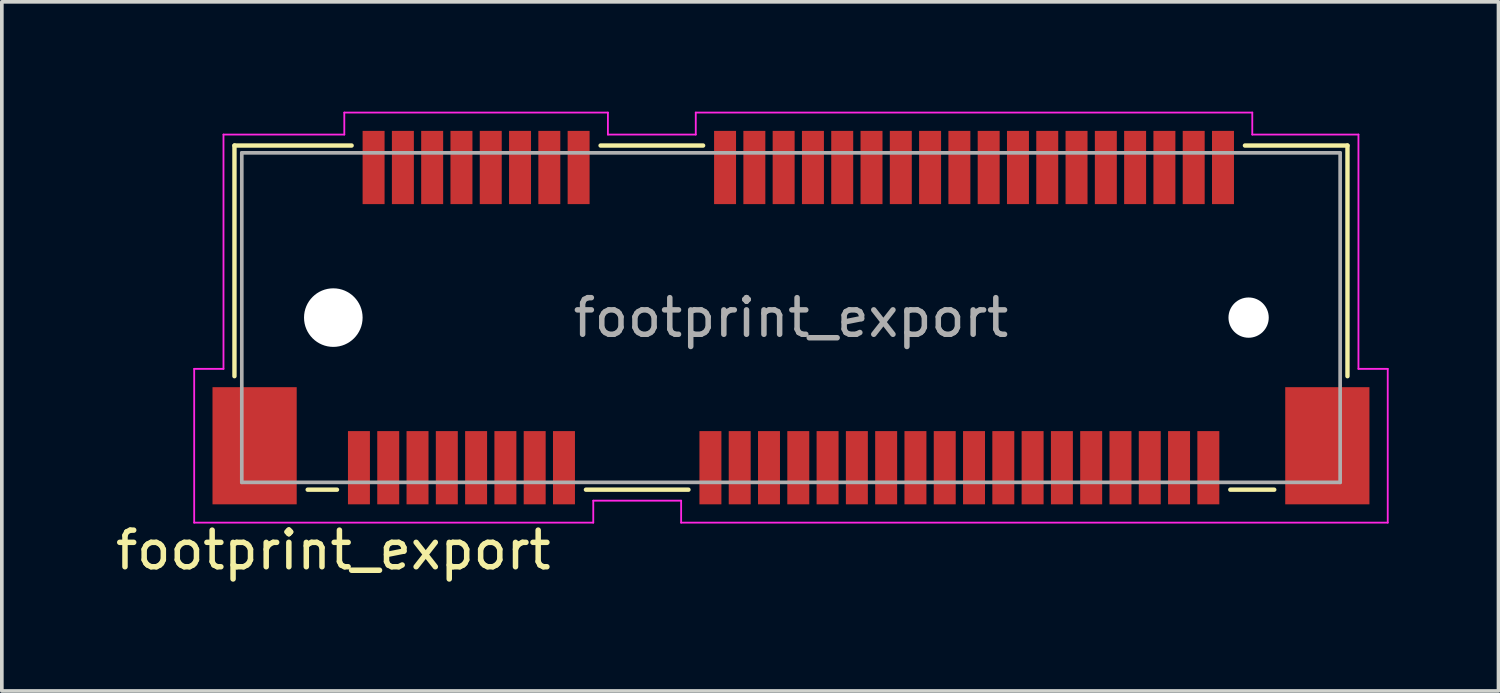
<source format=kicad_pcb>
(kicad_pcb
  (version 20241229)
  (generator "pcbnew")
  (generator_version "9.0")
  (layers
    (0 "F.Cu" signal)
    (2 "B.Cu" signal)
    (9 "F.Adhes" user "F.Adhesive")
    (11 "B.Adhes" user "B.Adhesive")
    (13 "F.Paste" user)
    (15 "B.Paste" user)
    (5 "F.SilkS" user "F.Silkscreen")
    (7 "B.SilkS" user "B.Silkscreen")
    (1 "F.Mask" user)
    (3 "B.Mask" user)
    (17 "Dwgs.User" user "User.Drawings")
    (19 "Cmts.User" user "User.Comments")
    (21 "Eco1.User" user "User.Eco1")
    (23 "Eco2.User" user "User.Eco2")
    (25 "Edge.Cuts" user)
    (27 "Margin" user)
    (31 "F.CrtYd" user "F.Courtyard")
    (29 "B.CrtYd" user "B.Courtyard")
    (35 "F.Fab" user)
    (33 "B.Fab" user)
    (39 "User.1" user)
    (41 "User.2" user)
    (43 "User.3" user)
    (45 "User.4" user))
  (footprint "footprint_export"
    (layer "F.Cu")
    (at 18.554 5.625)
    (property "Reference" "footprint_export" (at -12.5 6.35 180) (layer "F.SilkS") (effects (font (size 1 1) (thickness 0.15))))
    (attr smd)
    (fp_line (start -15.2 -4.7) (end -15.2 1.6) (stroke (width 0.12) (type solid)) (layer "F.SilkS"))
    (fp_line (start -13.2 4.7) (end -12.4 4.7) (stroke (width 0.12) (type solid)) (layer "F.SilkS"))
    (fp_line (start -12 -4.7) (end -15.2 -4.7) (stroke (width 0.12) (type solid)) (layer "F.SilkS"))
    (fp_line (start -5.6 4.7) (end -2.8 4.7) (stroke (width 0.12) (type solid)) (layer "F.SilkS"))
    (fp_line (start -2.4 -4.7) (end -5.2 -4.7) (stroke (width 0.12) (type solid)) (layer "F.SilkS"))
    (fp_line (start 12 4.7) (end 13.2 4.7) (stroke (width 0.12) (type solid)) (layer "F.SilkS"))
    (fp_line (start 15.2 -4.7) (end 12.4 -4.7) (stroke (width 0.12) (type solid)) (layer "F.SilkS"))
    (fp_line (start 15.2 1.6) (end 15.2 -4.7) (stroke (width 0.12) (type solid)) (layer "F.SilkS"))
    (fp_line (start -16.3 1.4) (end -15.5 1.4) (stroke (width 0.05) (type solid)) (layer "F.CrtYd"))
    (fp_line (start -16.3 5.6) (end -16.3 1.4) (stroke (width 0.05) (type solid)) (layer "F.CrtYd"))
    (fp_line (start -16.3 5.6) (end -5.4 5.6) (stroke (width 0.05) (type solid)) (layer "F.CrtYd"))
    (fp_line (start -15.5 -5) (end -12.2 -5) (stroke (width 0.05) (type default)) (layer "F.CrtYd"))
    (fp_line (start -15.5 1.4) (end -15.5 -5) (stroke (width 0.05) (type default)) (layer "F.CrtYd"))
    (fp_line (start -12.2 -5) (end -12.2 -5.6) (stroke (width 0.05) (type solid)) (layer "F.CrtYd"))
    (fp_line (start -5.4 5) (end -5.4 5.6) (stroke (width 0.05) (type solid)) (layer "F.CrtYd"))
    (fp_line (start -5.4 5) (end -3 5) (stroke (width 0.05) (type solid)) (layer "F.CrtYd"))
    (fp_line (start -5 -5.6) (end -12.2 -5.6) (stroke (width 0.05) (type solid)) (layer "F.CrtYd"))
    (fp_line (start -5 -5) (end -5 -5.6) (stroke (width 0.05) (type solid)) (layer "F.CrtYd"))
    (fp_line (start -5 -5) (end -2.6 -5) (stroke (width 0.05) (type default)) (layer "F.CrtYd"))
    (fp_line (start -3 5) (end -3 5.6) (stroke (width 0.05) (type solid)) (layer "F.CrtYd"))
    (fp_line (start -3 5.6) (end 16.3 5.6) (stroke (width 0.05) (type solid)) (layer "F.CrtYd"))
    (fp_line (start -2.6 -5.6) (end 12.6 -5.6) (stroke (width 0.05) (type solid)) (layer "F.CrtYd"))
    (fp_line (start -2.6 -5) (end -2.6 -5.6) (stroke (width 0.05) (type solid)) (layer "F.CrtYd"))
    (fp_line (start 12.6 -5) (end 12.6 -5.6) (stroke (width 0.05) (type solid)) (layer "F.CrtYd"))
    (fp_line (start 12.6 -5) (end 15.5 -5) (stroke (width 0.05) (type default)) (layer "F.CrtYd"))
    (fp_line (start 15.5 1.4) (end 15.5 -5) (stroke (width 0.05) (type default)) (layer "F.CrtYd"))
    (fp_line (start 15.5 1.4) (end 16.3 1.4) (stroke (width 0.05) (type solid)) (layer "F.CrtYd"))
    (fp_line (start 16.3 1.4) (end 16.3 5.6) (stroke (width 0.05) (type solid)) (layer "F.CrtYd"))
    (fp_line (start -15 -4.5) (end -15 4.5) (stroke (width 0.1) (type solid)) (layer "F.Fab"))
    (fp_line (start -15 4.5) (end 15 4.5) (stroke (width 0.1) (type solid)) (layer "F.Fab"))
    (fp_line (start 15 -4.5) (end -15 -4.5) (stroke (width 0.1) (type solid)) (layer "F.Fab"))
    (fp_line (start 15 4.5) (end 15 -4.5) (stroke (width 0.1) (type solid)) (layer "F.Fab"))
    (fp_text user "${REFERENCE}" (at 0 0 0) (layer "F.Fab") (effects (font (size 1 1) (thickness 0.15))))
    (pad "" np_thru_hole circle (at -12.5 0) (size 1.6 1.6) (drill 1.6) (layers "*.Cu" "*.Mask"))
    (pad "" np_thru_hole circle (at 12.5 0) (size 1.1 1.1) (drill 1.1) (layers "*.Cu" "*.Mask"))
    (pad "1" smd rect (at -11.8 4.1) (size 0.6 2) (layers "F.Cu" "F.Mask" "F.Paste"))
    (pad "2" smd rect (at -11.4 -4.1) (size 0.6 2) (layers "F.Cu" "F.Mask" "F.Paste"))
    (pad "3" smd rect (at -11 4.1) (size 0.6 2) (layers "F.Cu" "F.Mask" "F.Paste"))
    (pad "4" smd rect (at -10.6 -4.1) (size 0.6 2) (layers "F.Cu" "F.Mask" "F.Paste"))
    (pad "5" smd rect (at -10.2 4.1) (size 0.6 2) (layers "F.Cu" "F.Mask" "F.Paste"))
    (pad "6" smd rect (at -9.8 -4.1) (size 0.6 2) (layers "F.Cu" "F.Mask" "F.Paste"))
    (pad "7" smd rect (at -9.4 4.1) (size 0.6 2) (layers "F.Cu" "F.Mask" "F.Paste"))
    (pad "8" smd rect (at -9 -4.1) (size 0.6 2) (layers "F.Cu" "F.Mask" "F.Paste"))
    (pad "9" smd rect (at -8.6 4.1) (size 0.6 2) (layers "F.Cu" "F.Mask" "F.Paste"))
    (pad "10" smd rect (at -8.2 -4.1) (size 0.6 2) (layers "F.Cu" "F.Mask" "F.Paste"))
    (pad "11" smd rect (at -7.8 4.1) (size 0.6 2) (layers "F.Cu" "F.Mask" "F.Paste"))
    (pad "12" smd rect (at -7.4 -4.1) (size 0.6 2) (layers "F.Cu" "F.Mask" "F.Paste"))
    (pad "13" smd rect (at -7 4.1) (size 0.6 2) (layers "F.Cu" "F.Mask" "F.Paste"))
    (pad "14" smd rect (at -6.6 -4.1) (size 0.6 2) (layers "F.Cu" "F.Mask" "F.Paste"))
    (pad "15" smd rect (at -6.2 4.1) (size 0.6 2) (layers "F.Cu" "F.Mask" "F.Paste"))
    (pad "16" smd rect (at -5.8 -4.1) (size 0.6 2) (layers "F.Cu" "F.Mask" "F.Paste"))
    (pad "17" smd rect (at -2.2 4.1) (size 0.6 2) (layers "F.Cu" "F.Mask" "F.Paste"))
    (pad "18" smd rect (at -1.8 -4.1) (size 0.6 2) (layers "F.Cu" "F.Mask" "F.Paste"))
    (pad "19" smd rect (at -1.4 4.1) (size 0.6 2) (layers "F.Cu" "F.Mask" "F.Paste"))
    (pad "20" smd rect (at -1 -4.1) (size 0.6 2) (layers "F.Cu" "F.Mask" "F.Paste"))
    (pad "21" smd rect (at -0.6 4.1) (size 0.6 2) (layers "F.Cu" "F.Mask" "F.Paste"))
    (pad "22" smd rect (at -0.2 -4.1) (size 0.6 2) (layers "F.Cu" "F.Mask" "F.Paste"))
    (pad "23" smd rect (at 0.2 4.1) (size 0.6 2) (layers "F.Cu" "F.Mask" "F.Paste"))
    (pad "24" smd rect (at 0.6 -4.1) (size 0.6 2) (layers "F.Cu" "F.Mask" "F.Paste"))
    (pad "25" smd rect (at 1 4.1) (size 0.6 2) (layers "F.Cu" "F.Mask" "F.Paste"))
    (pad "26" smd rect (at 1.4 -4.1) (size 0.6 2) (layers "F.Cu" "F.Mask" "F.Paste"))
    (pad "27" smd rect (at 1.8 4.1) (size 0.6 2) (layers "F.Cu" "F.Mask" "F.Paste"))
    (pad "28" smd rect (at 2.2 -4.1) (size 0.6 2) (layers "F.Cu" "F.Mask" "F.Paste"))
    (pad "29" smd rect (at 2.6 4.1) (size 0.6 2) (layers "F.Cu" "F.Mask" "F.Paste"))
    (pad "30" smd rect (at 3 -4.1) (size 0.6 2) (layers "F.Cu" "F.Mask" "F.Paste"))
    (pad "31" smd rect (at 3.4 4.1) (size 0.6 2) (layers "F.Cu" "F.Mask" "F.Paste"))
    (pad "32" smd rect (at 3.8 -4.1) (size 0.6 2) (layers "F.Cu" "F.Mask" "F.Paste"))
    (pad "33" smd rect (at 4.2 4.1) (size 0.6 2) (layers "F.Cu" "F.Mask" "F.Paste"))
    (pad "34" smd rect (at 4.6 -4.1) (size 0.6 2) (layers "F.Cu" "F.Mask" "F.Paste"))
    (pad "35" smd rect (at 5 4.1) (size 0.6 2) (layers "F.Cu" "F.Mask" "F.Paste"))
    (pad "36" smd rect (at 5.4 -4.1) (size 0.6 2) (layers "F.Cu" "F.Mask" "F.Paste"))
    (pad "37" smd rect (at 5.8 4.1) (size 0.6 2) (layers "F.Cu" "F.Mask" "F.Paste"))
    (pad "38" smd rect (at 6.2 -4.1) (size 0.6 2) (layers "F.Cu" "F.Mask" "F.Paste"))
    (pad "39" smd rect (at 6.6 4.1) (size 0.6 2) (layers "F.Cu" "F.Mask" "F.Paste"))
    (pad "40" smd rect (at 7 -4.1) (size 0.6 2) (layers "F.Cu" "F.Mask" "F.Paste"))
    (pad "41" smd rect (at 7.4 4.1) (size 0.6 2) (layers "F.Cu" "F.Mask" "F.Paste"))
    (pad "42" smd rect (at 7.8 -4.1) (size 0.6 2) (layers "F.Cu" "F.Mask" "F.Paste"))
    (pad "43" smd rect (at 8.2 4.1) (size 0.6 2) (layers "F.Cu" "F.Mask" "F.Paste"))
    (pad "44" smd rect (at 8.6 -4.1) (size 0.6 2) (layers "F.Cu" "F.Mask" "F.Paste"))
    (pad "45" smd rect (at 9 4.1) (size 0.6 2) (layers "F.Cu" "F.Mask" "F.Paste"))
    (pad "46" smd rect (at 9.4 -4.1) (size 0.6 2) (layers "F.Cu" "F.Mask" "F.Paste"))
    (pad "47" smd rect (at 9.8 4.1) (size 0.6 2) (layers "F.Cu" "F.Mask" "F.Paste"))
    (pad "48" smd rect (at 10.2 -4.1) (size 0.6 2) (layers "F.Cu" "F.Mask" "F.Paste"))
    (pad "49" smd rect (at 10.6 4.1) (size 0.6 2) (layers "F.Cu" "F.Mask" "F.Paste"))
    (pad "50" smd rect (at 11 -4.1) (size 0.6 2) (layers "F.Cu" "F.Mask" "F.Paste"))
    (pad "51" smd rect (at 11.4 4.1) (size 0.6 2) (layers "F.Cu" "F.Mask" "F.Paste"))
    (pad "52" smd rect (at 11.8 -4.1) (size 0.6 2) (layers "F.Cu" "F.Mask" "F.Paste"))
    (pad "MP" smd rect (at -14.65 3.5) (size 2.3 3.2) (layers "F.Cu" "F.Mask" "F.Paste"))
    (pad "MP" smd rect (at 14.65 3.5) (size 2.3 3.2) (layers "F.Cu" "F.Mask" "F.Paste")))
  (gr_rect
    (start -3 -3)
    (end 37.879 15.823)
    (stroke (width 0.1) (type default))
    (fill no)
    (layer "Edge.Cuts")))
</source>
